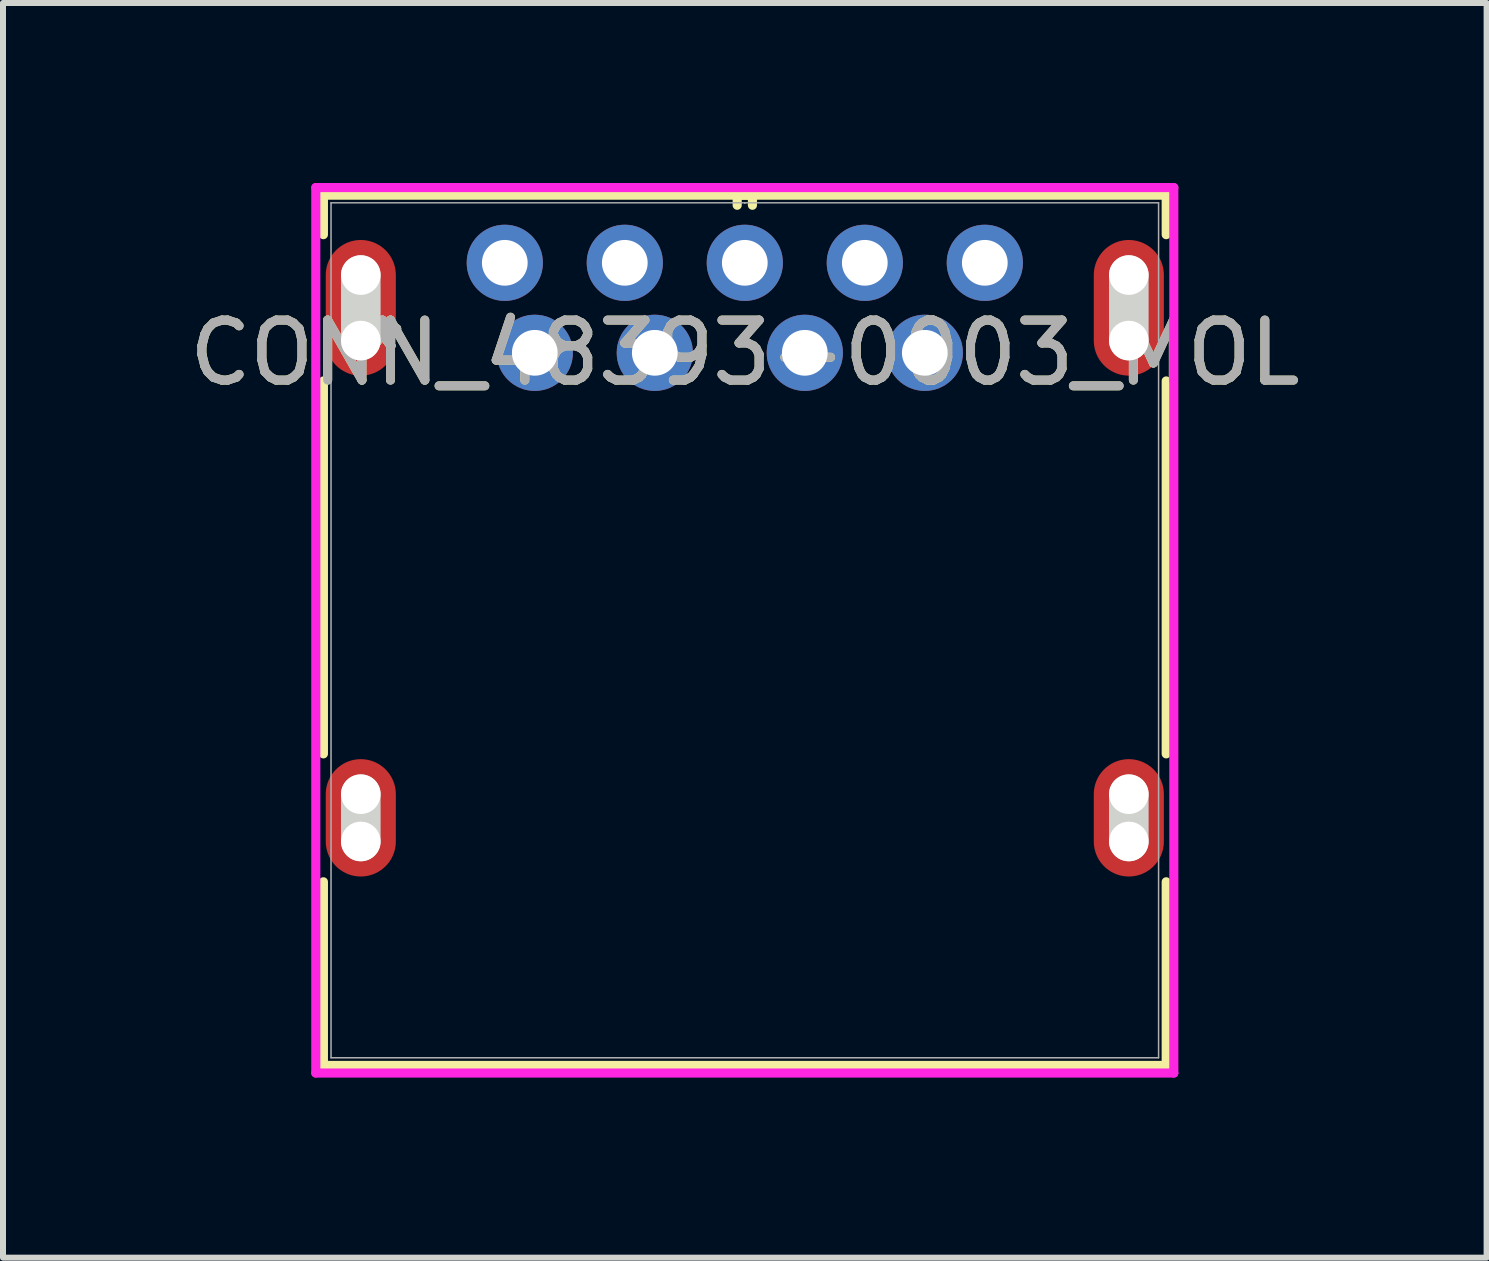
<source format=kicad_pcb>
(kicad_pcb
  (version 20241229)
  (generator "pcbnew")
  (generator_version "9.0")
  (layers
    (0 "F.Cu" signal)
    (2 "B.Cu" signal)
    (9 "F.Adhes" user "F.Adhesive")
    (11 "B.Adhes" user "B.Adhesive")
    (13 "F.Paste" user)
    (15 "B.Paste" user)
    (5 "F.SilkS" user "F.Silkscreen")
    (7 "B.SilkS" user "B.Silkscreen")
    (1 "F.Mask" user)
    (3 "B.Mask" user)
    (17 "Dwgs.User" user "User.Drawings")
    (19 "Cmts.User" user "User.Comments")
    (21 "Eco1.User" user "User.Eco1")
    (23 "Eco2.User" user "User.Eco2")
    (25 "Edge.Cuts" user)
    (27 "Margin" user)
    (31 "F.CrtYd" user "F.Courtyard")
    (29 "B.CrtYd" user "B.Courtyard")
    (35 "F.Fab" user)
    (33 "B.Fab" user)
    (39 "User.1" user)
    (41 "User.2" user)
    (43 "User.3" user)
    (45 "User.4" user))
  (footprint "CONN_48393-0003_MOL"
    (layer "F.Cu")
    (at 5.863 2.83)
    (property "Reference" "CONN_48393-0003_MOL" (at 3.5 0 0) (unlocked yes) (layer "F.SilkS") (effects (font (size 1 1) (thickness 0.15))))
    (attr through_hole)
    (fp_line (start -3.523 -2.627) (end -3.523 -1.969) (stroke (width 0.152) (type solid)) (layer "F.SilkS"))
    (fp_line (start -3.523 0.469) (end -3.523 6.684) (stroke (width 0.152) (type solid)) (layer "F.SilkS"))
    (fp_line (start -3.523 8.816) (end -3.523 11.876) (stroke (width 0.152) (type solid)) (layer "F.SilkS"))
    (fp_line (start -3.523 11.876) (end 10.523 11.876) (stroke (width 0.152) (type solid)) (layer "F.SilkS"))
    (fp_line (start 3.373 -2.627) (end 3.373 -2.459) (stroke (width 0.152) (type solid)) (layer "F.SilkS"))
    (fp_line (start 3.627 -2.627) (end 3.373 -2.627) (stroke (width 0.152) (type solid)) (layer "F.SilkS"))
    (fp_line (start 3.627 -2.459) (end 3.627 -2.627) (stroke (width 0.152) (type solid)) (layer "F.SilkS"))
    (fp_line (start 10.523 -2.627) (end -3.523 -2.627) (stroke (width 0.152) (type solid)) (layer "F.SilkS"))
    (fp_line (start 10.523 -1.969) (end 10.523 -2.627) (stroke (width 0.152) (type solid)) (layer "F.SilkS"))
    (fp_line (start 10.523 6.684) (end 10.523 0.469) (stroke (width 0.152) (type solid)) (layer "F.SilkS"))
    (fp_line (start 10.523 11.876) (end 10.523 8.816) (stroke (width 0.152) (type solid)) (layer "F.SilkS"))
    (fp_line (start -2.9 -0.204) (end -2.9 -1.296) (stroke (width 0.66) (type solid)) (layer "Edge.Cuts"))
    (fp_line (start -2.9 8.144) (end -2.9 7.356) (stroke (width 0.66) (type solid)) (layer "Edge.Cuts"))
    (fp_line (start 9.9 -0.204) (end 9.9 -1.296) (stroke (width 0.66) (type solid)) (layer "Edge.Cuts"))
    (fp_line (start 9.9 8.144) (end 9.9 7.356) (stroke (width 0.66) (type solid)) (layer "Edge.Cuts"))
    (fp_line (start -3.65 -2.754) (end -3.65 12.003) (stroke (width 0.152) (type solid)) (layer "F.CrtYd"))
    (fp_line (start -3.65 12.003) (end 10.65 12.003) (stroke (width 0.152) (type solid)) (layer "F.CrtYd"))
    (fp_line (start 10.65 -2.754) (end -3.65 -2.754) (stroke (width 0.152) (type solid)) (layer "F.CrtYd"))
    (fp_line (start 10.65 12.003) (end 10.65 -2.754) (stroke (width 0.152) (type solid)) (layer "F.CrtYd"))
    (fp_line (start -3.396 -2.5) (end -3.396 11.749) (stroke (width 0.025) (type solid)) (layer "F.Fab"))
    (fp_line (start -3.396 11.749) (end 10.396 11.749) (stroke (width 0.025) (type solid)) (layer "F.Fab"))
    (fp_line (start 3.5 -2.5) (end 3.5 -2.5) (stroke (width 0.025) (type solid)) (layer "F.Fab"))
    (fp_line (start 3.5 -2.5) (end 3.5 -2.5) (stroke (width 0.025) (type solid)) (layer "F.Fab"))
    (fp_line (start 3.5 -2.5) (end 3.5 -2.5) (stroke (width 0.025) (type solid)) (layer "F.Fab"))
    (fp_line (start 3.5 -2.5) (end 3.5 -2.5) (stroke (width 0.025) (type solid)) (layer "F.Fab"))
    (fp_line (start 10.396 -2.5) (end -3.396 -2.5) (stroke (width 0.025) (type solid)) (layer "F.Fab"))
    (fp_line (start 10.396 11.749) (end 10.396 -2.5) (stroke (width 0.025) (type solid)) (layer "F.Fab"))
    (fp_text user "*" (at -2.54 0 0) (layer "F.SilkS") (effects (font (size 1 1) (thickness 0.15))))
    (fp_text user "*" (at -2.54 0 0) (unlocked yes) (layer "F.SilkS") (effects (font (size 1 1) (thickness 0.15))))
    (fp_text user "*" (at -2.54 0 0) (unlocked yes) (layer "F.Fab") (effects (font (size 1 1) (thickness 0.15))))
    (fp_text user "*" (at -2.54 0 0) (layer "F.Fab") (effects (font (size 1 1) (thickness 0.15))))
    (fp_text user "${REFERENCE}" (at 3.5 0 0) (unlocked yes) (layer "F.Fab") (effects (font (size 1 1) (thickness 0.15))))
    (pad "" np_thru_hole circle (at -2.9 -1.296) (size 0.66 0.66) (drill 0.66) (layers "*.Cu" "*.Mask"))
    (pad "" np_thru_hole circle (at -2.9 -0.204) (size 0.66 0.66) (drill 0.66) (layers "*.Cu" "*.Mask"))
    (pad "" np_thru_hole circle (at -2.9 7.356) (size 0.66 0.66) (drill 0.66) (layers "*.Cu" "*.Mask"))
    (pad "" np_thru_hole circle (at -2.9 8.144) (size 0.66 0.66) (drill 0.66) (layers "*.Cu" "*.Mask"))
    (pad "" np_thru_hole circle (at 9.9 -1.296) (size 0.66 0.66) (drill 0.66) (layers "*.Cu" "*.Mask"))
    (pad "" np_thru_hole circle (at 9.9 -0.204) (size 0.66 0.66) (drill 0.66) (layers "*.Cu" "*.Mask"))
    (pad "" np_thru_hole circle (at 9.9 7.356) (size 0.66 0.66) (drill 0.66) (layers "*.Cu" "*.Mask"))
    (pad "" np_thru_hole circle (at 9.9 8.144) (size 0.66 0.66) (drill 0.66) (layers "*.Cu" "*.Mask"))
    (pad "1" thru_hole circle (at 0 0) (size 1.27 1.27) (drill 0.762) (layers "*.Cu" "*.Mask"))
    (pad "2" thru_hole circle (at 2 0) (size 1.27 1.27) (drill 0.762) (layers "*.Cu" "*.Mask"))
    (pad "3" thru_hole circle (at 4.5 0) (size 1.27 1.27) (drill 0.762) (layers "*.Cu" "*.Mask"))
    (pad "4" thru_hole circle (at 6.5 0) (size 1.27 1.27) (drill 0.762) (layers "*.Cu" "*.Mask"))
    (pad "5" thru_hole circle (at 7.5 -1.5) (size 1.27 1.27) (drill 0.762) (layers "*.Cu" "*.Mask"))
    (pad "6" thru_hole circle (at 5.5 -1.5) (size 1.27 1.27) (drill 0.762) (layers "*.Cu" "*.Mask"))
    (pad "7" thru_hole circle (at 3.5 -1.5) (size 1.27 1.27) (drill 0.762) (layers "*.Cu" "*.Mask"))
    (pad "8" thru_hole circle (at 1.5 -1.5) (size 1.27 1.27) (drill 0.762) (layers "*.Cu" "*.Mask"))
    (pad "9" thru_hole circle (at -0.5 -1.5) (size 1.27 1.27) (drill 0.762) (layers "*.Cu" "*.Mask"))
    (pad "10" smd oval (at -2.9 -0.75) (size 1.168 2.261) (layers "F.Cu" "F.Mask" "F.Paste"))
    (pad "11" smd oval (at 9.9 -0.75) (size 1.168 2.261) (layers "F.Cu" "F.Mask" "F.Paste"))
    (pad "12" smd oval (at -2.9 7.75) (size 1.168 1.956) (layers "F.Cu" "F.Mask" "F.Paste"))
    (pad "13" smd oval (at 9.9 7.75) (size 1.168 1.956) (layers "F.Cu" "F.Mask" "F.Paste")))
  (gr_rect
    (start -3 -3)
    (end 21.726 17.91)
    (stroke (width 0.1) (type default))
    (fill no)
    (layer "Edge.Cuts")))
</source>
